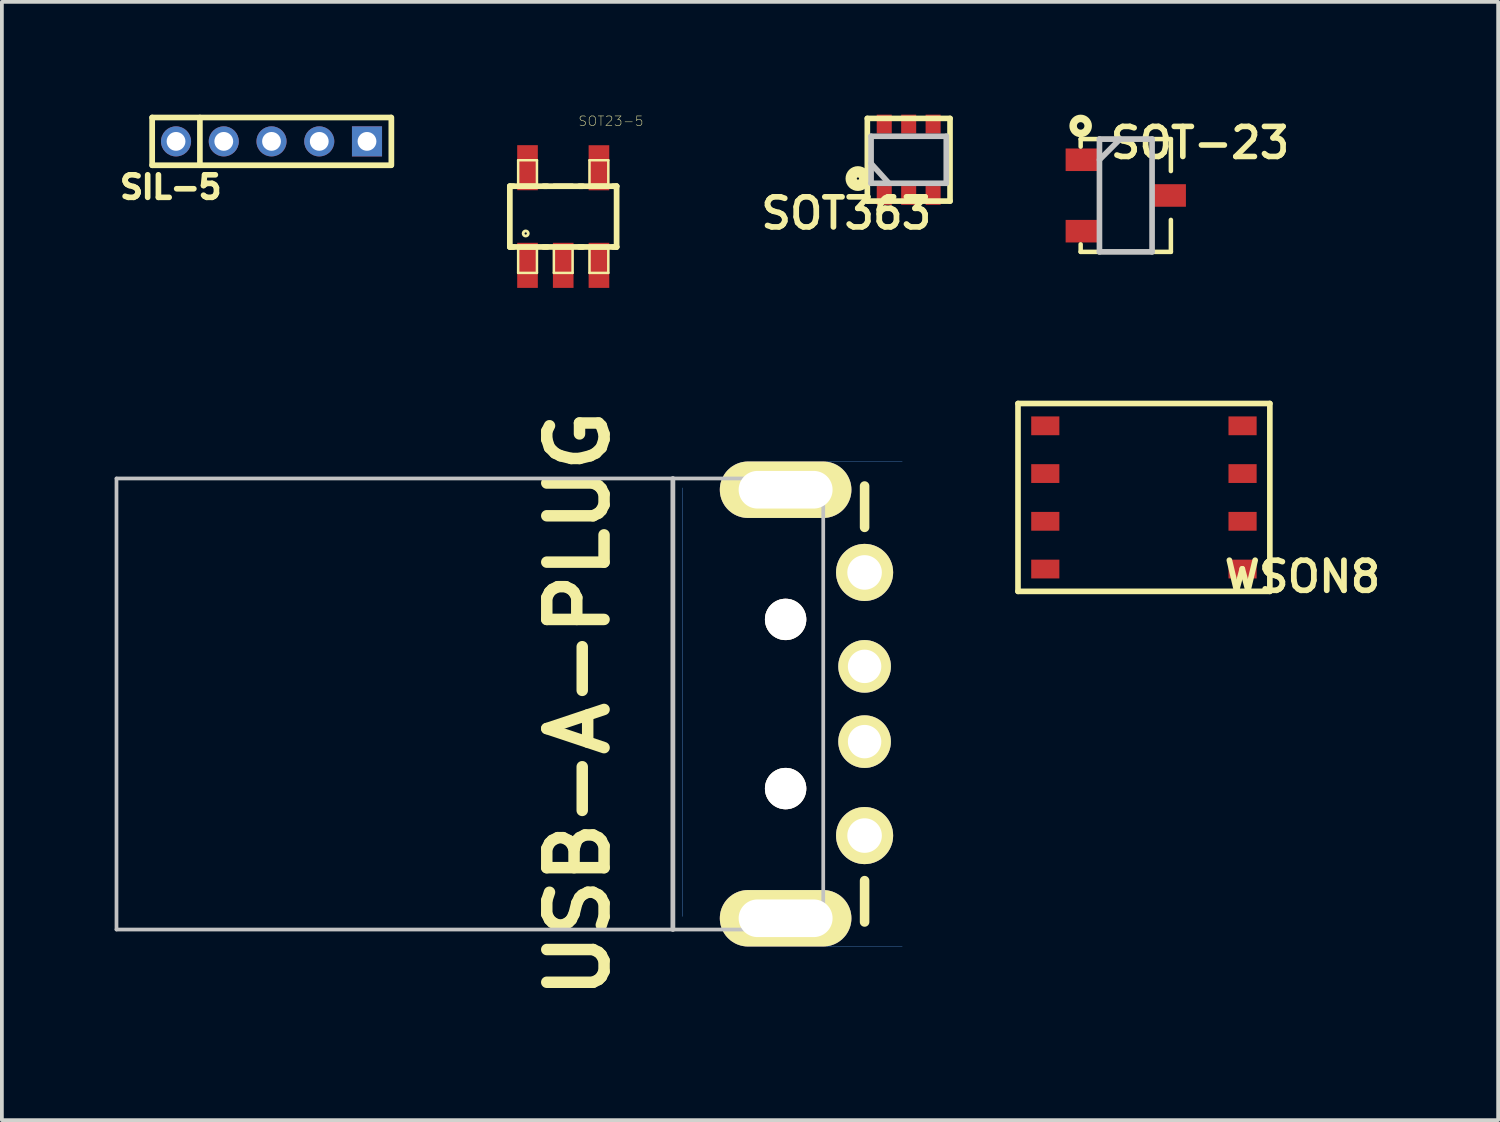
<source format=kicad_pcb>
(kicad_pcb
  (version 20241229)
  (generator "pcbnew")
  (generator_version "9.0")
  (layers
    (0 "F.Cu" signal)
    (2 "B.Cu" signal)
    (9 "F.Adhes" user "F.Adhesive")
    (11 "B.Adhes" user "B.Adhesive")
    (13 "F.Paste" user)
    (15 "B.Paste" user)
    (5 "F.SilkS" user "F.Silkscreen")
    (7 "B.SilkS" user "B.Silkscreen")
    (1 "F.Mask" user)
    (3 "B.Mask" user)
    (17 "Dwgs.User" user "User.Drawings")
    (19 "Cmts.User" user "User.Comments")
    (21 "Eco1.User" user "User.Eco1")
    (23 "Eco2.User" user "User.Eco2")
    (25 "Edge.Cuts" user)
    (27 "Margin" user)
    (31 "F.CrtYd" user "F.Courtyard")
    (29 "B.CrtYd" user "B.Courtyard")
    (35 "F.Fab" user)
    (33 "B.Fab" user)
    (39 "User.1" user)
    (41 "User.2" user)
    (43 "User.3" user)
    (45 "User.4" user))
  (footprint "WSON8"
    (layer "F.Cu")
    (at 27.381 10.183)
    (property "Reference" "WSON8" (at 4.216 2.108 0) (layer "F.SilkS") (effects (font (size 0.8 0.8) (thickness 0.152))))
    (attr smd)
    (fp_line (start -3.35 -2.499) (end 3.35 -2.499) (stroke (width 0.15) (type solid)) (layer "F.SilkS"))
    (fp_line (start -3.35 2.499) (end -3.35 -2.499) (stroke (width 0.15) (type solid)) (layer "F.SilkS"))
    (fp_line (start 3.35 -2.499) (end 3.35 2.499) (stroke (width 0.15) (type solid)) (layer "F.SilkS"))
    (fp_line (start 3.35 2.499) (end -3.35 2.499) (stroke (width 0.15) (type solid)) (layer "F.SilkS"))
    (pad "1" smd rect (at -2.624 -1.905) (size 0.749 0.5) (layers "F.Cu" "F.Mask" "F.Paste"))
    (pad "2" smd rect (at -2.624 -0.635) (size 0.749 0.5) (layers "F.Cu" "F.Mask" "F.Paste"))
    (pad "3" smd rect (at -2.624 0.635) (size 0.749 0.5) (layers "F.Cu" "F.Mask" "F.Paste"))
    (pad "4" smd rect (at -2.624 1.905) (size 0.749 0.5) (layers "F.Cu" "F.Mask" "F.Paste"))
    (pad "5" smd rect (at 2.624 1.905) (size 0.749 0.5) (layers "F.Cu" "F.Mask" "F.Paste"))
    (pad "6" smd rect (at 2.624 0.635) (size 0.749 0.5) (layers "F.Cu" "F.Mask" "F.Paste"))
    (pad "7" smd rect (at 2.624 -0.635) (size 0.749 0.5) (layers "F.Cu" "F.Mask" "F.Paste"))
    (pad "8" smd rect (at 2.624 -1.905) (size 0.749 0.5) (layers "F.Cu" "F.Mask" "F.Paste")))
  (footprint "SOT23-5"
    (layer "F.Cu")
    (at 11.933 2.711)
    (property "Reference" "SOT23-5" (at 1.27 -2.54 0) (layer "F.SilkS") (effects (font (size 0.254 0.254) (thickness 0.013))))
    (attr smd)
    (fp_line (start -1.42 -0.808) (end -1.326 -0.808) (stroke (width 0.152) (type solid)) (layer "F.SilkS"))
    (fp_line (start -1.42 -0.808) (end 1.42 -0.808) (stroke (width 0.152) (type solid)) (layer "F.SilkS"))
    (fp_line (start -1.42 0.808) (end -1.42 -0.808) (stroke (width 0.152) (type solid)) (layer "F.SilkS"))
    (fp_line (start -1.326 0.808) (end -1.42 0.808) (stroke (width 0.152) (type solid)) (layer "F.SilkS"))
    (fp_line (start -1.199 -1.499) (end -0.699 -1.499) (stroke (width 0.066) (type solid)) (layer "F.SilkS"))
    (fp_line (start -1.199 -0.848) (end -1.199 -1.499) (stroke (width 0.066) (type solid)) (layer "F.SilkS"))
    (fp_line (start -1.199 -0.848) (end -0.699 -0.848) (stroke (width 0.066) (type solid)) (layer "F.SilkS"))
    (fp_line (start -1.199 0.848) (end -0.699 0.848) (stroke (width 0.066) (type solid)) (layer "F.SilkS"))
    (fp_line (start -1.199 1.499) (end -1.199 0.848) (stroke (width 0.066) (type solid)) (layer "F.SilkS"))
    (fp_line (start -1.199 1.499) (end -0.699 1.499) (stroke (width 0.066) (type solid)) (layer "F.SilkS"))
    (fp_line (start -0.699 -0.848) (end -0.699 -1.499) (stroke (width 0.066) (type solid)) (layer "F.SilkS"))
    (fp_line (start -0.699 1.499) (end -0.699 0.848) (stroke (width 0.066) (type solid)) (layer "F.SilkS"))
    (fp_line (start -0.521 -0.808) (end -0.427 -0.808) (stroke (width 0.152) (type solid)) (layer "F.SilkS"))
    (fp_line (start -0.427 0.808) (end -0.521 0.808) (stroke (width 0.152) (type solid)) (layer "F.SilkS"))
    (fp_line (start -0.249 -0.848) (end 0.249 -0.848) (stroke (width 0.066) (type solid)) (layer "F.SilkS"))
    (fp_line (start -0.249 0.848) (end 0.249 0.848) (stroke (width 0.066) (type solid)) (layer "F.SilkS"))
    (fp_line (start -0.249 1.499) (end -0.249 0.848) (stroke (width 0.066) (type solid)) (layer "F.SilkS"))
    (fp_line (start -0.249 1.499) (end 0.249 1.499) (stroke (width 0.066) (type solid)) (layer "F.SilkS"))
    (fp_line (start 0.249 1.499) (end 0.249 0.848) (stroke (width 0.066) (type solid)) (layer "F.SilkS"))
    (fp_line (start 0.427 -0.808) (end 0.521 -0.808) (stroke (width 0.152) (type solid)) (layer "F.SilkS"))
    (fp_line (start 0.521 0.808) (end 0.427 0.808) (stroke (width 0.152) (type solid)) (layer "F.SilkS"))
    (fp_line (start 0.699 -1.499) (end 1.199 -1.499) (stroke (width 0.066) (type solid)) (layer "F.SilkS"))
    (fp_line (start 0.699 -0.848) (end 0.699 -1.499) (stroke (width 0.066) (type solid)) (layer "F.SilkS"))
    (fp_line (start 0.699 -0.848) (end 1.199 -0.848) (stroke (width 0.066) (type solid)) (layer "F.SilkS"))
    (fp_line (start 0.699 0.848) (end 1.199 0.848) (stroke (width 0.066) (type solid)) (layer "F.SilkS"))
    (fp_line (start 0.699 1.499) (end 0.699 0.848) (stroke (width 0.066) (type solid)) (layer "F.SilkS"))
    (fp_line (start 0.699 1.499) (end 1.199 1.499) (stroke (width 0.066) (type solid)) (layer "F.SilkS"))
    (fp_line (start 1.199 -0.848) (end 1.199 -1.499) (stroke (width 0.066) (type solid)) (layer "F.SilkS"))
    (fp_line (start 1.199 1.499) (end 1.199 0.848) (stroke (width 0.066) (type solid)) (layer "F.SilkS"))
    (fp_line (start 1.326 -0.808) (end 1.42 -0.808) (stroke (width 0.152) (type solid)) (layer "F.SilkS"))
    (fp_line (start 1.42 -0.808) (end 1.42 0.808) (stroke (width 0.152) (type solid)) (layer "F.SilkS"))
    (fp_line (start 1.42 0.808) (end -1.42 0.808) (stroke (width 0.152) (type solid)) (layer "F.SilkS"))
    (fp_line (start 1.42 0.808) (end 1.326 0.808) (stroke (width 0.152) (type solid)) (layer "F.SilkS"))
    (fp_circle (center -0.998 0.45) (end -1.046 0.498) (stroke (width 0.076) (type solid)) (fill no) (layer "F.SilkS"))
    (pad "1" smd rect (at -0.95 1.298) (size 0.549 1.199) (layers "F.Cu" "F.Mask" "F.Paste"))
    (pad "2" smd rect (at 0 1.298) (size 0.549 1.199) (layers "F.Cu" "F.Mask" "F.Paste"))
    (pad "3" smd rect (at 0.95 1.298) (size 0.549 1.199) (layers "F.Cu" "F.Mask" "F.Paste"))
    (pad "4" smd rect (at 0.95 -1.298) (size 0.549 1.199) (layers "F.Cu" "F.Mask" "F.Paste"))
    (pad "5" smd rect (at -0.95 -1.3) (size 0.549 1.199) (layers "F.Cu" "F.Mask" "F.Paste")))
  (footprint "SIL-5"
    (layer "F.Cu")
    (at 4.173 0.711)
    (property "Reference" "SIL-5" (at -2.68 1.219 0) (layer "F.SilkS") (effects (font (size 0.6 0.6) (thickness 0.15))))
    (attr through_hole)
    (fp_line (start -3.175 -0.635) (end 3.175 -0.635) (stroke (width 0.152) (type solid)) (layer "F.SilkS"))
    (fp_line (start -3.175 0.635) (end -3.175 -0.635) (stroke (width 0.152) (type solid)) (layer "F.SilkS"))
    (fp_line (start -1.905 -0.635) (end -1.905 0.635) (stroke (width 0.15) (type solid)) (layer "F.SilkS"))
    (fp_line (start 3.175 0.635) (end -3.175 0.635) (stroke (width 0.152) (type solid)) (layer "F.SilkS"))
    (fp_line (start 3.188 -0.635) (end 3.188 0.635) (stroke (width 0.152) (type solid)) (layer "F.SilkS"))
    (pad "1" thru_hole circle (at -2.54 0) (size 0.8 0.8) (drill 0.5) (layers "*.Cu" "F.Mask"))
    (pad "2" thru_hole circle (at -1.27 0) (size 0.8 0.8) (drill 0.5) (layers "*.Cu" "F.Mask"))
    (pad "3" thru_hole circle (at 0 0) (size 0.8 0.8) (drill 0.5) (layers "*.Cu" "F.Mask"))
    (pad "4" thru_hole circle (at 1.27 0) (size 0.8 0.8) (drill 0.5) (layers "*.Cu" "F.Mask"))
    (pad "5" thru_hole rect (at 2.54 0) (size 0.8 0.8) (drill 0.5) (layers "*.Cu" "F.Mask")))
  (footprint "SOT363"
    (layer "F.Cu")
    (at 21.123 1.2)
    (property "Reference" "SOT363" (at -1.659 1.424 180) (layer "F.SilkS") (effects (font (size 0.8 0.8) (thickness 0.152))))
    (attr smd)
    (fp_line (start -1.1 -1.1) (end -1.1 1.1) (stroke (width 0.15) (type solid)) (layer "F.SilkS"))
    (fp_line (start -1.1 -1.1) (end 1.1 -1.1) (stroke (width 0.15) (type solid)) (layer "F.SilkS"))
    (fp_line (start 1.1 -1.1) (end 1.1 1.1) (stroke (width 0.15) (type solid)) (layer "F.SilkS"))
    (fp_line (start 1.1 1.1) (end -1.1 1.1) (stroke (width 0.15) (type solid)) (layer "F.SilkS"))
    (fp_circle (center -1.35 0.5) (end -1.17 0.5) (stroke (width 0.3) (type solid)) (fill no) (layer "F.SilkS"))
    (fp_line (start -1 -0.625) (end -1 0.625) (stroke (width 0.15) (type solid)) (layer "Dwgs.User"))
    (fp_line (start -1 -0.625) (end 1 -0.625) (stroke (width 0.15) (type solid)) (layer "Dwgs.User"))
    (fp_line (start -1 0.1) (end -0.525 0.625) (stroke (width 0.15) (type solid)) (layer "Dwgs.User"))
    (fp_line (start -1 0.625) (end 1 0.625) (stroke (width 0.15) (type solid)) (layer "Dwgs.User"))
    (fp_line (start 1 -0.625) (end 1 0.625) (stroke (width 0.15) (type solid)) (layer "Dwgs.User"))
    (pad "1" smd rect (at -0.65 0.95) (size 0.4 0.5) (layers "F.Cu" "F.Mask" "F.Paste"))
    (pad "2" smd rect (at 0 0.95) (size 0.4 0.5) (layers "F.Cu" "F.Mask" "F.Paste"))
    (pad "3" smd rect (at 0.65 0.95) (size 0.4 0.5) (layers "F.Cu" "F.Mask" "F.Paste"))
    (pad "4" smd rect (at 0.65 -0.95) (size 0.4 0.5) (layers "F.Cu" "F.Mask" "F.Paste"))
    (pad "5" smd rect (at 0 -0.95) (size 0.4 0.5) (layers "F.Cu" "F.Mask" "F.Paste"))
    (pad "6" smd rect (at -0.65 -0.95) (size 0.4 0.5) (layers "F.Cu" "F.Mask" "F.Paste")))
  (footprint "USB-A-PLUG"
    (layer "F.Cu")
    (at 19.95 15.678)
    (property "Reference" "USB-A-PLUG" (at -7.62 0 90) (layer "F.SilkS") (effects (font (size 1.524 1.524) (thickness 0.305))))
    (attr through_hole)
    (fp_line (start 0 -4.699) (end 0 -5.799) (stroke (width 0.254) (type solid)) (layer "F.SilkS"))
    (fp_line (start 0 4.699) (end 0 5.799) (stroke (width 0.254) (type solid)) (layer "F.SilkS"))
    (fp_line (start -19.901 -5.999) (end -19.901 5.999) (stroke (width 0.099) (type solid)) (layer "Dwgs.User"))
    (fp_line (start -19.901 5.999) (end -1.1 5.999) (stroke (width 0.099) (type solid)) (layer "Dwgs.User"))
    (fp_line (start -5.1 -5.999) (end -5.1 5.999) (stroke (width 0.127) (type solid)) (layer "Dwgs.User"))
    (fp_line (start -1.1 -5.999) (end -19.901 -5.999) (stroke (width 0.099) (type solid)) (layer "Dwgs.User"))
    (fp_line (start -1.1 5.999) (end -1.1 -5.999) (stroke (width 0.099) (type solid)) (layer "Dwgs.User"))
    (fp_line (start -4.849 -5.748) (end -4.849 5.652) (stroke (width 0.01) (type solid)) (layer "Cmts.User"))
    (fp_line (start 1.001 -6.449) (end -1.001 -6.449) (stroke (width 0.01) (type solid)) (layer "Cmts.User"))
    (fp_line (start 1.001 6.449) (end -1.001 6.449) (stroke (width 0.01) (type solid)) (layer "Cmts.User"))
    (pad "1" thru_hole circle (at 0 3.5) (size 1.519 1.519) (drill 0.919) (layers "*.Cu" "*.Mask" "F.SilkS"))
    (pad "2" thru_hole circle (at 0 1.001) (size 1.4 1.4) (drill 0.889) (layers "*.Cu" "*.Mask" "F.SilkS"))
    (pad "3" thru_hole circle (at 0 -1.001) (size 1.4 1.4) (drill 0.889) (layers "*.Cu" "*.Mask" "F.SilkS"))
    (pad "4" thru_hole circle (at 0 -3.5) (size 1.519 1.519) (drill 0.919) (layers "*.Cu" "*.Mask" "F.SilkS"))
    (pad "5" thru_hole oval (at -2.101 5.7) (size 3.5 1.501) (drill oval 2.499 1.001) (layers "*.Cu" "*.Mask" "F.SilkS"))
    (pad "6" thru_hole oval (at -2.101 -5.7) (size 3.5 1.501) (drill oval 2.499 1.001) (layers "*.Cu" "*.Mask" "F.SilkS"))
    (pad "7" thru_hole circle (at -2.101 -2.25) (size 1.1 1.1) (drill 1.1) (layers "*.Cu" "*.Mask" "F.SilkS"))
    (pad "8" thru_hole circle (at -2.101 2.25) (size 1.1 1.1) (drill 1.1) (layers "*.Cu" "*.Mask" "F.SilkS")))
  (footprint "SOT-23"
    (layer "F.Cu")
    (at 26.898 2.15)
    (property "Reference" "SOT-23" (at 1.975 -1.4 0) (layer "F.SilkS") (effects (font (size 0.8 0.8) (thickness 0.15))))
    (attr smd)
    (fp_line (start -1.2 -1.5) (end -1.2 -1.3) (stroke (width 0.12) (type solid)) (layer "F.SilkS"))
    (fp_line (start -1.2 1.3) (end -1.2 1.5) (stroke (width 0.12) (type solid)) (layer "F.SilkS"))
    (fp_line (start 1.2 -1.5) (end -1.2 -1.5) (stroke (width 0.12) (type solid)) (layer "F.SilkS"))
    (fp_line (start 1.2 -1.5) (end 1.2 -0.65) (stroke (width 0.12) (type solid)) (layer "F.SilkS"))
    (fp_line (start 1.2 1.5) (end -1.2 1.5) (stroke (width 0.12) (type solid)) (layer "F.SilkS"))
    (fp_line (start 1.2 1.5) (end 1.2 0.65) (stroke (width 0.12) (type solid)) (layer "F.SilkS"))
    (fp_circle (center -1.2 -1.85) (end -1 -1.85) (stroke (width 0.2) (type solid)) (fill no) (layer "F.SilkS"))
    (fp_line (start -0.7 -1.5) (end -0.7 1.5) (stroke (width 0.15) (type solid)) (layer "Dwgs.User"))
    (fp_line (start -0.7 -1.5) (end 0.7 -1.5) (stroke (width 0.15) (type solid)) (layer "Dwgs.User"))
    (fp_line (start -0.7 -0.95) (end -0.15 -1.5) (stroke (width 0.15) (type solid)) (layer "Dwgs.User"))
    (fp_line (start -0.7 1.5) (end 0.7 1.5) (stroke (width 0.15) (type solid)) (layer "Dwgs.User"))
    (fp_line (start 0.7 -1.5) (end 0.7 1.5) (stroke (width 0.15) (type solid)) (layer "Dwgs.User"))
    (pad "1" smd rect (at -1.15 -0.95) (size 0.9 0.6) (layers "F.Cu" "F.Mask" "F.Paste"))
    (pad "2" smd rect (at -1.15 0.95) (size 0.9 0.6) (layers "F.Cu" "F.Mask" "F.Paste"))
    (pad "3" smd rect (at 1.15 0) (size 0.9 0.6) (layers "F.Cu" "F.Mask" "F.Paste")))
  (gr_rect
    (start -3 -3)
    (end 36.804 26.748)
    (stroke (width 0.1) (type default))
    (fill no)
    (layer "Edge.Cuts")))
</source>
